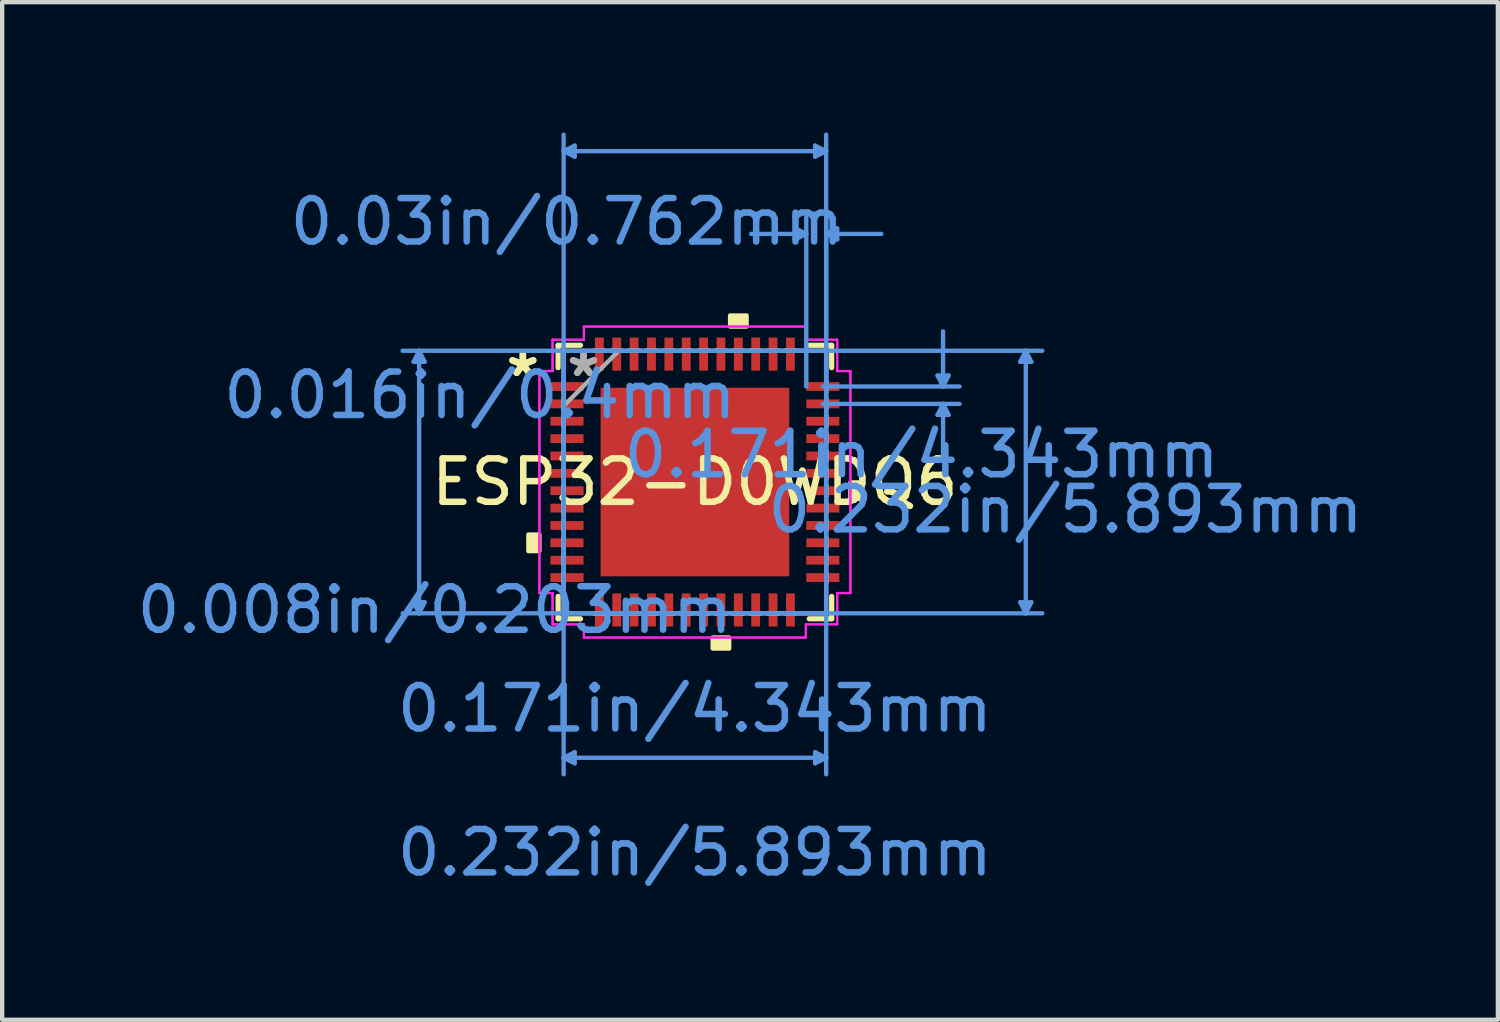
<source format=kicad_pcb>
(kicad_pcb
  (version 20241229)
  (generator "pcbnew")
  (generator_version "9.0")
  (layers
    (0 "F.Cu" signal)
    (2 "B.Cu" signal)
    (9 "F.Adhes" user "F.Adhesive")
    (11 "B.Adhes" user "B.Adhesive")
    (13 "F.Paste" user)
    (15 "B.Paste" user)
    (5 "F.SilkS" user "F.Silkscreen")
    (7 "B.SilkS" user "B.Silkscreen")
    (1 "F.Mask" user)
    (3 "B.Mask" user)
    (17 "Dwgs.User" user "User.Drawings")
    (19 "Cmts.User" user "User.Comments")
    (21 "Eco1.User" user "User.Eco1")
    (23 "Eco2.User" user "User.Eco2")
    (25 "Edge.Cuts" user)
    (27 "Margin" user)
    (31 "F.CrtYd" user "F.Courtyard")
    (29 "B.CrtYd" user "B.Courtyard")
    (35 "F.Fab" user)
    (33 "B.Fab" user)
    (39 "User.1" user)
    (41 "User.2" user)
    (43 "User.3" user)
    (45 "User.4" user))
  (footprint "ESP32-D0WDQ6"
    (layer "F.Cu")
    (at 12.953 8.051)
    (property "Reference" "ESP32-D0WDQ6" (at 0 0 0) (layer "F.SilkS") (effects (font (size 1 1) (thickness 0.15))))
    (attr through_hole)
    (fp_line (start -3.15 -3.15) (end -3.15 -2.634) (stroke (width 0.12) (type solid)) (layer "F.SilkS"))
    (fp_line (start -3.15 2.634) (end -3.15 3.15) (stroke (width 0.12) (type solid)) (layer "F.SilkS"))
    (fp_line (start -3.15 3.15) (end -2.634 3.15) (stroke (width 0.12) (type solid)) (layer "F.SilkS"))
    (fp_line (start -2.634 -3.15) (end -3.15 -3.15) (stroke (width 0.12) (type solid)) (layer "F.SilkS"))
    (fp_line (start 2.634 3.15) (end 3.15 3.15) (stroke (width 0.12) (type solid)) (layer "F.SilkS"))
    (fp_line (start 3.15 -3.15) (end 2.634 -3.15) (stroke (width 0.12) (type solid)) (layer "F.SilkS"))
    (fp_line (start 3.15 -2.634) (end 3.15 -3.15) (stroke (width 0.12) (type solid)) (layer "F.SilkS"))
    (fp_line (start 3.15 3.15) (end 3.15 2.634) (stroke (width 0.12) (type solid)) (layer "F.SilkS"))
    (fp_poly (pts (xy -3.835 1.21) (xy -3.835 1.591) (xy -3.581 1.591) (xy -3.581 1.21)) (stroke (width 0.1) (type solid)) (fill yes) (layer "F.SilkS"))
    (fp_poly (pts (xy 0.409 3.581) (xy 0.409 3.835) (xy 0.79 3.835) (xy 0.79 3.581)) (stroke (width 0.1) (type solid)) (fill yes) (layer "F.SilkS"))
    (fp_poly (pts (xy 0.81 -3.581) (xy 0.81 -3.835) (xy 1.191 -3.835) (xy 1.191 -3.581)) (stroke (width 0.1) (type solid)) (fill yes) (layer "F.SilkS"))
    (fp_poly (pts (xy 3.835 0.009) (xy 3.835 0.391) (xy 3.581 0.391) (xy 3.581 0.009)) (stroke (width 0.1) (type solid)) (fill yes) (layer "F.SilkS"))
    (fp_poly (pts (xy -2.072 -2.072) (xy -2.072 -0.824) (xy -0.824 -0.824) (xy -0.824 -2.072)) (stroke (width 0.1) (type solid)) (fill yes) (layer "F.Paste"))
    (fp_poly (pts (xy -2.072 -0.624) (xy -2.072 0.624) (xy -0.824 0.624) (xy -0.824 -0.624)) (stroke (width 0.1) (type solid)) (fill yes) (layer "F.Paste"))
    (fp_poly (pts (xy -2.072 0.824) (xy -2.072 2.072) (xy -0.824 2.072) (xy -0.824 0.824)) (stroke (width 0.1) (type solid)) (fill yes) (layer "F.Paste"))
    (fp_poly (pts (xy -0.624 -2.072) (xy -0.624 -0.824) (xy 0.624 -0.824) (xy 0.624 -2.072)) (stroke (width 0.1) (type solid)) (fill yes) (layer "F.Paste"))
    (fp_poly (pts (xy -0.624 -0.624) (xy -0.624 0.624) (xy 0.624 0.624) (xy 0.624 -0.624)) (stroke (width 0.1) (type solid)) (fill yes) (layer "F.Paste"))
    (fp_poly (pts (xy -0.624 0.824) (xy -0.624 2.072) (xy 0.624 2.072) (xy 0.624 0.824)) (stroke (width 0.1) (type solid)) (fill yes) (layer "F.Paste"))
    (fp_poly (pts (xy 0.824 -2.072) (xy 0.824 -0.824) (xy 2.072 -0.824) (xy 2.072 -2.072)) (stroke (width 0.1) (type solid)) (fill yes) (layer "F.Paste"))
    (fp_poly (pts (xy 0.824 -0.624) (xy 0.824 0.624) (xy 2.072 0.624) (xy 2.072 -0.624)) (stroke (width 0.1) (type solid)) (fill yes) (layer "F.Paste"))
    (fp_poly (pts (xy 0.824 0.824) (xy 0.824 2.072) (xy 2.072 2.072) (xy 2.072 0.824)) (stroke (width 0.1) (type solid)) (fill yes) (layer "F.Paste"))
    (fp_line (start -6.477 -2.769) (end -6.223 -2.769) (stroke (width 0.1) (type solid)) (layer "Cmts.User"))
    (fp_line (start -6.477 2.769) (end -6.223 2.769) (stroke (width 0.1) (type solid)) (layer "Cmts.User"))
    (fp_line (start -6.35 -3.023) (end -6.477 -2.769) (stroke (width 0.1) (type solid)) (layer "Cmts.User"))
    (fp_line (start -6.35 -3.023) (end -6.35 3.023) (stroke (width 0.1) (type solid)) (layer "Cmts.User"))
    (fp_line (start -6.35 -3.023) (end -6.223 -2.769) (stroke (width 0.1) (type solid)) (layer "Cmts.User"))
    (fp_line (start -6.35 3.023) (end -6.477 2.769) (stroke (width 0.1) (type solid)) (layer "Cmts.User"))
    (fp_line (start -6.35 3.023) (end -6.223 2.769) (stroke (width 0.1) (type solid)) (layer "Cmts.User"))
    (fp_line (start -3.023 -7.62) (end -2.769 -7.747) (stroke (width 0.1) (type solid)) (layer "Cmts.User"))
    (fp_line (start -3.023 -7.62) (end -2.769 -7.493) (stroke (width 0.1) (type solid)) (layer "Cmts.User"))
    (fp_line (start -3.023 -7.62) (end 3.023 -7.62) (stroke (width 0.1) (type solid)) (layer "Cmts.User"))
    (fp_line (start -3.023 -3.023) (end -3.023 6.731) (stroke (width 0.1) (type solid)) (layer "Cmts.User"))
    (fp_line (start -3.023 -2.2) (end -3.023 -8.001) (stroke (width 0.1) (type solid)) (layer "Cmts.User"))
    (fp_line (start -3.023 6.35) (end -2.769 6.223) (stroke (width 0.1) (type solid)) (layer "Cmts.User"))
    (fp_line (start -3.023 6.35) (end -2.769 6.477) (stroke (width 0.1) (type solid)) (layer "Cmts.User"))
    (fp_line (start -3.023 6.35) (end 3.023 6.35) (stroke (width 0.1) (type solid)) (layer "Cmts.User"))
    (fp_line (start -2.769 -7.747) (end -2.769 -7.493) (stroke (width 0.1) (type solid)) (layer "Cmts.User"))
    (fp_line (start -2.769 6.223) (end -2.769 6.477) (stroke (width 0.1) (type solid)) (layer "Cmts.User"))
    (fp_line (start 2.2 -3.023) (end 8.001 -3.023) (stroke (width 0.1) (type solid)) (layer "Cmts.User"))
    (fp_line (start 2.2 3.023) (end 8.001 3.023) (stroke (width 0.1) (type solid)) (layer "Cmts.User"))
    (fp_line (start 2.311 -5.842) (end 2.311 -5.588) (stroke (width 0.1) (type solid)) (layer "Cmts.User"))
    (fp_line (start 2.565 -5.715) (end 1.295 -5.715) (stroke (width 0.1) (type solid)) (layer "Cmts.User"))
    (fp_line (start 2.565 -5.715) (end 2.311 -5.842) (stroke (width 0.1) (type solid)) (layer "Cmts.User"))
    (fp_line (start 2.565 -5.715) (end 2.311 -5.588) (stroke (width 0.1) (type solid)) (layer "Cmts.User"))
    (fp_line (start 2.565 -2.2) (end 2.565 -6.096) (stroke (width 0.1) (type solid)) (layer "Cmts.User"))
    (fp_line (start 2.769 -7.747) (end 2.769 -7.493) (stroke (width 0.1) (type solid)) (layer "Cmts.User"))
    (fp_line (start 2.769 6.223) (end 2.769 6.477) (stroke (width 0.1) (type solid)) (layer "Cmts.User"))
    (fp_line (start 2.946 -2.2) (end 6.096 -2.2) (stroke (width 0.1) (type solid)) (layer "Cmts.User"))
    (fp_line (start 2.946 -1.8) (end 6.096 -1.8) (stroke (width 0.1) (type solid)) (layer "Cmts.User"))
    (fp_line (start 3.023 -7.62) (end 2.769 -7.747) (stroke (width 0.1) (type solid)) (layer "Cmts.User"))
    (fp_line (start 3.023 -7.62) (end 2.769 -7.493) (stroke (width 0.1) (type solid)) (layer "Cmts.User"))
    (fp_line (start 3.023 -5.715) (end 3.277 -5.842) (stroke (width 0.1) (type solid)) (layer "Cmts.User"))
    (fp_line (start 3.023 -5.715) (end 3.277 -5.588) (stroke (width 0.1) (type solid)) (layer "Cmts.User"))
    (fp_line (start 3.023 -5.715) (end 4.293 -5.715) (stroke (width 0.1) (type solid)) (layer "Cmts.User"))
    (fp_line (start 3.023 -3.023) (end -6.731 -3.023) (stroke (width 0.1) (type solid)) (layer "Cmts.User"))
    (fp_line (start 3.023 -3.023) (end 3.023 6.731) (stroke (width 0.1) (type solid)) (layer "Cmts.User"))
    (fp_line (start 3.023 -2.2) (end 3.023 -8.001) (stroke (width 0.1) (type solid)) (layer "Cmts.User"))
    (fp_line (start 3.023 -2.2) (end 3.023 -6.096) (stroke (width 0.1) (type solid)) (layer "Cmts.User"))
    (fp_line (start 3.023 3.023) (end -6.731 3.023) (stroke (width 0.1) (type solid)) (layer "Cmts.User"))
    (fp_line (start 3.023 6.35) (end 2.769 6.223) (stroke (width 0.1) (type solid)) (layer "Cmts.User"))
    (fp_line (start 3.023 6.35) (end 2.769 6.477) (stroke (width 0.1) (type solid)) (layer "Cmts.User"))
    (fp_line (start 3.277 -5.842) (end 3.277 -5.588) (stroke (width 0.1) (type solid)) (layer "Cmts.User"))
    (fp_line (start 5.588 -2.454) (end 5.842 -2.454) (stroke (width 0.1) (type solid)) (layer "Cmts.User"))
    (fp_line (start 5.588 -1.546) (end 5.842 -1.546) (stroke (width 0.1) (type solid)) (layer "Cmts.User"))
    (fp_line (start 5.715 -2.2) (end 5.588 -2.454) (stroke (width 0.1) (type solid)) (layer "Cmts.User"))
    (fp_line (start 5.715 -2.2) (end 5.715 -3.47) (stroke (width 0.1) (type solid)) (layer "Cmts.User"))
    (fp_line (start 5.715 -2.2) (end 5.842 -2.454) (stroke (width 0.1) (type solid)) (layer "Cmts.User"))
    (fp_line (start 5.715 -1.8) (end 5.588 -1.546) (stroke (width 0.1) (type solid)) (layer "Cmts.User"))
    (fp_line (start 5.715 -1.8) (end 5.715 -0.53) (stroke (width 0.1) (type solid)) (layer "Cmts.User"))
    (fp_line (start 5.715 -1.8) (end 5.842 -1.546) (stroke (width 0.1) (type solid)) (layer "Cmts.User"))
    (fp_line (start 7.493 -2.769) (end 7.747 -2.769) (stroke (width 0.1) (type solid)) (layer "Cmts.User"))
    (fp_line (start 7.493 2.769) (end 7.747 2.769) (stroke (width 0.1) (type solid)) (layer "Cmts.User"))
    (fp_line (start 7.62 -3.023) (end 7.493 -2.769) (stroke (width 0.1) (type solid)) (layer "Cmts.User"))
    (fp_line (start 7.62 -3.023) (end 7.62 3.023) (stroke (width 0.1) (type solid)) (layer "Cmts.User"))
    (fp_line (start 7.62 -3.023) (end 7.747 -2.769) (stroke (width 0.1) (type solid)) (layer "Cmts.User"))
    (fp_line (start 7.62 3.023) (end 7.493 2.769) (stroke (width 0.1) (type solid)) (layer "Cmts.User"))
    (fp_line (start 7.62 3.023) (end 7.747 2.769) (stroke (width 0.1) (type solid)) (layer "Cmts.User"))
    (fp_line (start -3.581 -2.556) (end -3.277 -2.556) (stroke (width 0.05) (type solid)) (layer "F.CrtYd"))
    (fp_line (start -3.581 -2.556) (end -3.277 -2.556) (stroke (width 0.05) (type solid)) (layer "F.CrtYd"))
    (fp_line (start -3.581 2.556) (end -3.581 -2.556) (stroke (width 0.05) (type solid)) (layer "F.CrtYd"))
    (fp_line (start -3.581 2.556) (end -3.581 -2.556) (stroke (width 0.05) (type solid)) (layer "F.CrtYd"))
    (fp_line (start -3.277 -3.277) (end -2.556 -3.277) (stroke (width 0.05) (type solid)) (layer "F.CrtYd"))
    (fp_line (start -3.277 -3.277) (end -2.556 -3.277) (stroke (width 0.05) (type solid)) (layer "F.CrtYd"))
    (fp_line (start -3.277 -2.556) (end -3.277 -3.277) (stroke (width 0.05) (type solid)) (layer "F.CrtYd"))
    (fp_line (start -3.277 -2.556) (end -3.277 -3.277) (stroke (width 0.05) (type solid)) (layer "F.CrtYd"))
    (fp_line (start -3.277 2.556) (end -3.581 2.556) (stroke (width 0.05) (type solid)) (layer "F.CrtYd"))
    (fp_line (start -3.277 2.556) (end -3.581 2.556) (stroke (width 0.05) (type solid)) (layer "F.CrtYd"))
    (fp_line (start -3.277 3.277) (end -3.277 2.556) (stroke (width 0.05) (type solid)) (layer "F.CrtYd"))
    (fp_line (start -3.277 3.277) (end -3.277 2.556) (stroke (width 0.05) (type solid)) (layer "F.CrtYd"))
    (fp_line (start -2.556 -3.581) (end 2.556 -3.581) (stroke (width 0.05) (type solid)) (layer "F.CrtYd"))
    (fp_line (start -2.556 -3.581) (end 2.556 -3.581) (stroke (width 0.05) (type solid)) (layer "F.CrtYd"))
    (fp_line (start -2.556 -3.277) (end -2.556 -3.581) (stroke (width 0.05) (type solid)) (layer "F.CrtYd"))
    (fp_line (start -2.556 -3.277) (end -2.556 -3.581) (stroke (width 0.05) (type solid)) (layer "F.CrtYd"))
    (fp_line (start -2.556 3.277) (end -3.277 3.277) (stroke (width 0.05) (type solid)) (layer "F.CrtYd"))
    (fp_line (start -2.556 3.277) (end -3.277 3.277) (stroke (width 0.05) (type solid)) (layer "F.CrtYd"))
    (fp_line (start -2.556 3.581) (end -2.556 3.277) (stroke (width 0.05) (type solid)) (layer "F.CrtYd"))
    (fp_line (start -2.556 3.581) (end -2.556 3.277) (stroke (width 0.05) (type solid)) (layer "F.CrtYd"))
    (fp_line (start 2.556 -3.581) (end 2.556 -3.277) (stroke (width 0.05) (type solid)) (layer "F.CrtYd"))
    (fp_line (start 2.556 -3.581) (end 2.556 -3.277) (stroke (width 0.05) (type solid)) (layer "F.CrtYd"))
    (fp_line (start 2.556 -3.277) (end 3.277 -3.277) (stroke (width 0.05) (type solid)) (layer "F.CrtYd"))
    (fp_line (start 2.556 -3.277) (end 3.277 -3.277) (stroke (width 0.05) (type solid)) (layer "F.CrtYd"))
    (fp_line (start 2.556 3.277) (end 2.556 3.581) (stroke (width 0.05) (type solid)) (layer "F.CrtYd"))
    (fp_line (start 2.556 3.277) (end 2.556 3.581) (stroke (width 0.05) (type solid)) (layer "F.CrtYd"))
    (fp_line (start 2.556 3.581) (end -2.556 3.581) (stroke (width 0.05) (type solid)) (layer "F.CrtYd"))
    (fp_line (start 2.556 3.581) (end -2.556 3.581) (stroke (width 0.05) (type solid)) (layer "F.CrtYd"))
    (fp_line (start 3.277 -3.277) (end 3.277 -2.556) (stroke (width 0.05) (type solid)) (layer "F.CrtYd"))
    (fp_line (start 3.277 -3.277) (end 3.277 -2.556) (stroke (width 0.05) (type solid)) (layer "F.CrtYd"))
    (fp_line (start 3.277 -2.556) (end 3.581 -2.556) (stroke (width 0.05) (type solid)) (layer "F.CrtYd"))
    (fp_line (start 3.277 -2.556) (end 3.581 -2.556) (stroke (width 0.05) (type solid)) (layer "F.CrtYd"))
    (fp_line (start 3.277 2.556) (end 3.277 3.277) (stroke (width 0.05) (type solid)) (layer "F.CrtYd"))
    (fp_line (start 3.277 2.556) (end 3.277 3.277) (stroke (width 0.05) (type solid)) (layer "F.CrtYd"))
    (fp_line (start 3.277 3.277) (end 2.556 3.277) (stroke (width 0.05) (type solid)) (layer "F.CrtYd"))
    (fp_line (start 3.277 3.277) (end 2.556 3.277) (stroke (width 0.05) (type solid)) (layer "F.CrtYd"))
    (fp_line (start 3.581 -2.556) (end 3.581 2.556) (stroke (width 0.05) (type solid)) (layer "F.CrtYd"))
    (fp_line (start 3.581 -2.556) (end 3.581 2.556) (stroke (width 0.05) (type solid)) (layer "F.CrtYd"))
    (fp_line (start 3.581 2.556) (end 3.277 2.556) (stroke (width 0.05) (type solid)) (layer "F.CrtYd"))
    (fp_line (start 3.581 2.556) (end 3.277 2.556) (stroke (width 0.05) (type solid)) (layer "F.CrtYd"))
    (fp_line (start -3.023 -3.023) (end -3.023 -3.023) (stroke (width 0.1) (type solid)) (layer "F.Fab"))
    (fp_line (start -3.023 -3.023) (end -3.023 3.023) (stroke (width 0.1) (type solid)) (layer "F.Fab"))
    (fp_line (start -3.023 -2.327) (end -3.023 -2.327) (stroke (width 0.1) (type solid)) (layer "F.Fab"))
    (fp_line (start -3.023 -2.327) (end -3.023 -2.073) (stroke (width 0.1) (type solid)) (layer "F.Fab"))
    (fp_line (start -3.023 -2.073) (end -3.023 -2.327) (stroke (width 0.1) (type solid)) (layer "F.Fab"))
    (fp_line (start -3.023 -2.073) (end -3.023 -2.073) (stroke (width 0.1) (type solid)) (layer "F.Fab"))
    (fp_line (start -3.023 -1.927) (end -3.023 -1.927) (stroke (width 0.1) (type solid)) (layer "F.Fab"))
    (fp_line (start -3.023 -1.927) (end -3.023 -1.673) (stroke (width 0.1) (type solid)) (layer "F.Fab"))
    (fp_line (start -3.023 -1.753) (end -1.753 -3.023) (stroke (width 0.1) (type solid)) (layer "F.Fab"))
    (fp_line (start -3.023 -1.673) (end -3.023 -1.927) (stroke (width 0.1) (type solid)) (layer "F.Fab"))
    (fp_line (start -3.023 -1.673) (end -3.023 -1.673) (stroke (width 0.1) (type solid)) (layer "F.Fab"))
    (fp_line (start -3.023 -1.527) (end -3.023 -1.527) (stroke (width 0.1) (type solid)) (layer "F.Fab"))
    (fp_line (start -3.023 -1.527) (end -3.023 -1.273) (stroke (width 0.1) (type solid)) (layer "F.Fab"))
    (fp_line (start -3.023 -1.273) (end -3.023 -1.527) (stroke (width 0.1) (type solid)) (layer "F.Fab"))
    (fp_line (start -3.023 -1.273) (end -3.023 -1.273) (stroke (width 0.1) (type solid)) (layer "F.Fab"))
    (fp_line (start -3.023 -1.127) (end -3.023 -1.127) (stroke (width 0.1) (type solid)) (layer "F.Fab"))
    (fp_line (start -3.023 -1.127) (end -3.023 -0.873) (stroke (width 0.1) (type solid)) (layer "F.Fab"))
    (fp_line (start -3.023 -0.873) (end -3.023 -1.127) (stroke (width 0.1) (type solid)) (layer "F.Fab"))
    (fp_line (start -3.023 -0.873) (end -3.023 -0.873) (stroke (width 0.1) (type solid)) (layer "F.Fab"))
    (fp_line (start -3.023 -0.727) (end -3.023 -0.727) (stroke (width 0.1) (type solid)) (layer "F.Fab"))
    (fp_line (start -3.023 -0.727) (end -3.023 -0.473) (stroke (width 0.1) (type solid)) (layer "F.Fab"))
    (fp_line (start -3.023 -0.473) (end -3.023 -0.727) (stroke (width 0.1) (type solid)) (layer "F.Fab"))
    (fp_line (start -3.023 -0.473) (end -3.023 -0.473) (stroke (width 0.1) (type solid)) (layer "F.Fab"))
    (fp_line (start -3.023 -0.327) (end -3.023 -0.327) (stroke (width 0.1) (type solid)) (layer "F.Fab"))
    (fp_line (start -3.023 -0.327) (end -3.023 -0.073) (stroke (width 0.1) (type solid)) (layer "F.Fab"))
    (fp_line (start -3.023 -0.073) (end -3.023 -0.327) (stroke (width 0.1) (type solid)) (layer "F.Fab"))
    (fp_line (start -3.023 -0.073) (end -3.023 -0.073) (stroke (width 0.1) (type solid)) (layer "F.Fab"))
    (fp_line (start -3.023 0.073) (end -3.023 0.073) (stroke (width 0.1) (type solid)) (layer "F.Fab"))
    (fp_line (start -3.023 0.073) (end -3.023 0.327) (stroke (width 0.1) (type solid)) (layer "F.Fab"))
    (fp_line (start -3.023 0.327) (end -3.023 0.073) (stroke (width 0.1) (type solid)) (layer "F.Fab"))
    (fp_line (start -3.023 0.327) (end -3.023 0.327) (stroke (width 0.1) (type solid)) (layer "F.Fab"))
    (fp_line (start -3.023 0.473) (end -3.023 0.473) (stroke (width 0.1) (type solid)) (layer "F.Fab"))
    (fp_line (start -3.023 0.473) (end -3.023 0.727) (stroke (width 0.1) (type solid)) (layer "F.Fab"))
    (fp_line (start -3.023 0.727) (end -3.023 0.473) (stroke (width 0.1) (type solid)) (layer "F.Fab"))
    (fp_line (start -3.023 0.727) (end -3.023 0.727) (stroke (width 0.1) (type solid)) (layer "F.Fab"))
    (fp_line (start -3.023 0.873) (end -3.023 0.873) (stroke (width 0.1) (type solid)) (layer "F.Fab"))
    (fp_line (start -3.023 0.873) (end -3.023 1.127) (stroke (width 0.1) (type solid)) (layer "F.Fab"))
    (fp_line (start -3.023 1.127) (end -3.023 0.873) (stroke (width 0.1) (type solid)) (layer "F.Fab"))
    (fp_line (start -3.023 1.127) (end -3.023 1.127) (stroke (width 0.1) (type solid)) (layer "F.Fab"))
    (fp_line (start -3.023 1.273) (end -3.023 1.273) (stroke (width 0.1) (type solid)) (layer "F.Fab"))
    (fp_line (start -3.023 1.273) (end -3.023 1.527) (stroke (width 0.1) (type solid)) (layer "F.Fab"))
    (fp_line (start -3.023 1.527) (end -3.023 1.273) (stroke (width 0.1) (type solid)) (layer "F.Fab"))
    (fp_line (start -3.023 1.527) (end -3.023 1.527) (stroke (width 0.1) (type solid)) (layer "F.Fab"))
    (fp_line (start -3.023 1.673) (end -3.023 1.673) (stroke (width 0.1) (type solid)) (layer "F.Fab"))
    (fp_line (start -3.023 1.673) (end -3.023 1.927) (stroke (width 0.1) (type solid)) (layer "F.Fab"))
    (fp_line (start -3.023 1.927) (end -3.023 1.673) (stroke (width 0.1) (type solid)) (layer "F.Fab"))
    (fp_line (start -3.023 1.927) (end -3.023 1.927) (stroke (width 0.1) (type solid)) (layer "F.Fab"))
    (fp_line (start -3.023 2.073) (end -3.023 2.073) (stroke (width 0.1) (type solid)) (layer "F.Fab"))
    (fp_line (start -3.023 2.073) (end -3.023 2.327) (stroke (width 0.1) (type solid)) (layer "F.Fab"))
    (fp_line (start -3.023 2.327) (end -3.023 2.073) (stroke (width 0.1) (type solid)) (layer "F.Fab"))
    (fp_line (start -3.023 2.327) (end -3.023 2.327) (stroke (width 0.1) (type solid)) (layer "F.Fab"))
    (fp_line (start -3.023 3.023) (end -3.023 3.023) (stroke (width 0.1) (type solid)) (layer "F.Fab"))
    (fp_line (start -3.023 3.023) (end 3.023 3.023) (stroke (width 0.1) (type solid)) (layer "F.Fab"))
    (fp_line (start -2.327 -3.023) (end -2.327 -3.023) (stroke (width 0.1) (type solid)) (layer "F.Fab"))
    (fp_line (start -2.327 -3.023) (end -2.073 -3.023) (stroke (width 0.1) (type solid)) (layer "F.Fab"))
    (fp_line (start -2.327 3.023) (end -2.327 3.023) (stroke (width 0.1) (type solid)) (layer "F.Fab"))
    (fp_line (start -2.327 3.023) (end -2.073 3.023) (stroke (width 0.1) (type solid)) (layer "F.Fab"))
    (fp_line (start -2.073 -3.023) (end -2.327 -3.023) (stroke (width 0.1) (type solid)) (layer "F.Fab"))
    (fp_line (start -2.073 -3.023) (end -2.073 -3.023) (stroke (width 0.1) (type solid)) (layer "F.Fab"))
    (fp_line (start -2.073 3.023) (end -2.327 3.023) (stroke (width 0.1) (type solid)) (layer "F.Fab"))
    (fp_line (start -2.073 3.023) (end -2.073 3.023) (stroke (width 0.1) (type solid)) (layer "F.Fab"))
    (fp_line (start -1.927 -3.023) (end -1.927 -3.023) (stroke (width 0.1) (type solid)) (layer "F.Fab"))
    (fp_line (start -1.927 -3.023) (end -1.673 -3.023) (stroke (width 0.1) (type solid)) (layer "F.Fab"))
    (fp_line (start -1.927 3.023) (end -1.927 3.023) (stroke (width 0.1) (type solid)) (layer "F.Fab"))
    (fp_line (start -1.927 3.023) (end -1.673 3.023) (stroke (width 0.1) (type solid)) (layer "F.Fab"))
    (fp_line (start -1.673 -3.023) (end -1.927 -3.023) (stroke (width 0.1) (type solid)) (layer "F.Fab"))
    (fp_line (start -1.673 -3.023) (end -1.673 -3.023) (stroke (width 0.1) (type solid)) (layer "F.Fab"))
    (fp_line (start -1.673 3.023) (end -1.927 3.023) (stroke (width 0.1) (type solid)) (layer "F.Fab"))
    (fp_line (start -1.673 3.023) (end -1.673 3.023) (stroke (width 0.1) (type solid)) (layer "F.Fab"))
    (fp_line (start -1.527 -3.023) (end -1.527 -3.023) (stroke (width 0.1) (type solid)) (layer "F.Fab"))
    (fp_line (start -1.527 -3.023) (end -1.273 -3.023) (stroke (width 0.1) (type solid)) (layer "F.Fab"))
    (fp_line (start -1.527 3.023) (end -1.527 3.023) (stroke (width 0.1) (type solid)) (layer "F.Fab"))
    (fp_line (start -1.527 3.023) (end -1.273 3.023) (stroke (width 0.1) (type solid)) (layer "F.Fab"))
    (fp_line (start -1.273 -3.023) (end -1.527 -3.023) (stroke (width 0.1) (type solid)) (layer "F.Fab"))
    (fp_line (start -1.273 -3.023) (end -1.273 -3.023) (stroke (width 0.1) (type solid)) (layer "F.Fab"))
    (fp_line (start -1.273 3.023) (end -1.527 3.023) (stroke (width 0.1) (type solid)) (layer "F.Fab"))
    (fp_line (start -1.273 3.023) (end -1.273 3.023) (stroke (width 0.1) (type solid)) (layer "F.Fab"))
    (fp_line (start -1.127 -3.023) (end -1.127 -3.023) (stroke (width 0.1) (type solid)) (layer "F.Fab"))
    (fp_line (start -1.127 -3.023) (end -0.873 -3.023) (stroke (width 0.1) (type solid)) (layer "F.Fab"))
    (fp_line (start -1.127 3.023) (end -1.127 3.023) (stroke (width 0.1) (type solid)) (layer "F.Fab"))
    (fp_line (start -1.127 3.023) (end -0.873 3.023) (stroke (width 0.1) (type solid)) (layer "F.Fab"))
    (fp_line (start -0.873 -3.023) (end -1.127 -3.023) (stroke (width 0.1) (type solid)) (layer "F.Fab"))
    (fp_line (start -0.873 -3.023) (end -0.873 -3.023) (stroke (width 0.1) (type solid)) (layer "F.Fab"))
    (fp_line (start -0.873 3.023) (end -1.127 3.023) (stroke (width 0.1) (type solid)) (layer "F.Fab"))
    (fp_line (start -0.873 3.023) (end -0.873 3.023) (stroke (width 0.1) (type solid)) (layer "F.Fab"))
    (fp_line (start -0.727 -3.023) (end -0.727 -3.023) (stroke (width 0.1) (type solid)) (layer "F.Fab"))
    (fp_line (start -0.727 -3.023) (end -0.473 -3.023) (stroke (width 0.1) (type solid)) (layer "F.Fab"))
    (fp_line (start -0.727 3.023) (end -0.727 3.023) (stroke (width 0.1) (type solid)) (layer "F.Fab"))
    (fp_line (start -0.727 3.023) (end -0.473 3.023) (stroke (width 0.1) (type solid)) (layer "F.Fab"))
    (fp_line (start -0.473 -3.023) (end -0.727 -3.023) (stroke (width 0.1) (type solid)) (layer "F.Fab"))
    (fp_line (start -0.473 -3.023) (end -0.473 -3.023) (stroke (width 0.1) (type solid)) (layer "F.Fab"))
    (fp_line (start -0.473 3.023) (end -0.727 3.023) (stroke (width 0.1) (type solid)) (layer "F.Fab"))
    (fp_line (start -0.473 3.023) (end -0.473 3.023) (stroke (width 0.1) (type solid)) (layer "F.Fab"))
    (fp_line (start -0.327 -3.023) (end -0.327 -3.023) (stroke (width 0.1) (type solid)) (layer "F.Fab"))
    (fp_line (start -0.327 -3.023) (end -0.073 -3.023) (stroke (width 0.1) (type solid)) (layer "F.Fab"))
    (fp_line (start -0.327 3.023) (end -0.327 3.023) (stroke (width 0.1) (type solid)) (layer "F.Fab"))
    (fp_line (start -0.327 3.023) (end -0.073 3.023) (stroke (width 0.1) (type solid)) (layer "F.Fab"))
    (fp_line (start -0.073 -3.023) (end -0.327 -3.023) (stroke (width 0.1) (type solid)) (layer "F.Fab"))
    (fp_line (start -0.073 -3.023) (end -0.073 -3.023) (stroke (width 0.1) (type solid)) (layer "F.Fab"))
    (fp_line (start -0.073 3.023) (end -0.327 3.023) (stroke (width 0.1) (type solid)) (layer "F.Fab"))
    (fp_line (start -0.073 3.023) (end -0.073 3.023) (stroke (width 0.1) (type solid)) (layer "F.Fab"))
    (fp_line (start 0.073 -3.023) (end 0.073 -3.023) (stroke (width 0.1) (type solid)) (layer "F.Fab"))
    (fp_line (start 0.073 -3.023) (end 0.327 -3.023) (stroke (width 0.1) (type solid)) (layer "F.Fab"))
    (fp_line (start 0.073 3.023) (end 0.073 3.023) (stroke (width 0.1) (type solid)) (layer "F.Fab"))
    (fp_line (start 0.073 3.023) (end 0.327 3.023) (stroke (width 0.1) (type solid)) (layer "F.Fab"))
    (fp_line (start 0.327 -3.023) (end 0.073 -3.023) (stroke (width 0.1) (type solid)) (layer "F.Fab"))
    (fp_line (start 0.327 -3.023) (end 0.327 -3.023) (stroke (width 0.1) (type solid)) (layer "F.Fab"))
    (fp_line (start 0.327 3.023) (end 0.073 3.023) (stroke (width 0.1) (type solid)) (layer "F.Fab"))
    (fp_line (start 0.327 3.023) (end 0.327 3.023) (stroke (width 0.1) (type solid)) (layer "F.Fab"))
    (fp_line (start 0.473 -3.023) (end 0.473 -3.023) (stroke (width 0.1) (type solid)) (layer "F.Fab"))
    (fp_line (start 0.473 -3.023) (end 0.727 -3.023) (stroke (width 0.1) (type solid)) (layer "F.Fab"))
    (fp_line (start 0.473 3.023) (end 0.473 3.023) (stroke (width 0.1) (type solid)) (layer "F.Fab"))
    (fp_line (start 0.473 3.023) (end 0.727 3.023) (stroke (width 0.1) (type solid)) (layer "F.Fab"))
    (fp_line (start 0.727 -3.023) (end 0.473 -3.023) (stroke (width 0.1) (type solid)) (layer "F.Fab"))
    (fp_line (start 0.727 -3.023) (end 0.727 -3.023) (stroke (width 0.1) (type solid)) (layer "F.Fab"))
    (fp_line (start 0.727 3.023) (end 0.473 3.023) (stroke (width 0.1) (type solid)) (layer "F.Fab"))
    (fp_line (start 0.727 3.023) (end 0.727 3.023) (stroke (width 0.1) (type solid)) (layer "F.Fab"))
    (fp_line (start 0.873 -3.023) (end 0.873 -3.023) (stroke (width 0.1) (type solid)) (layer "F.Fab"))
    (fp_line (start 0.873 -3.023) (end 1.127 -3.023) (stroke (width 0.1) (type solid)) (layer "F.Fab"))
    (fp_line (start 0.873 3.023) (end 0.873 3.023) (stroke (width 0.1) (type solid)) (layer "F.Fab"))
    (fp_line (start 0.873 3.023) (end 1.127 3.023) (stroke (width 0.1) (type solid)) (layer "F.Fab"))
    (fp_line (start 1.127 -3.023) (end 0.873 -3.023) (stroke (width 0.1) (type solid)) (layer "F.Fab"))
    (fp_line (start 1.127 -3.023) (end 1.127 -3.023) (stroke (width 0.1) (type solid)) (layer "F.Fab"))
    (fp_line (start 1.127 3.023) (end 0.873 3.023) (stroke (width 0.1) (type solid)) (layer "F.Fab"))
    (fp_line (start 1.127 3.023) (end 1.127 3.023) (stroke (width 0.1) (type solid)) (layer "F.Fab"))
    (fp_line (start 1.273 -3.023) (end 1.273 -3.023) (stroke (width 0.1) (type solid)) (layer "F.Fab"))
    (fp_line (start 1.273 -3.023) (end 1.527 -3.023) (stroke (width 0.1) (type solid)) (layer "F.Fab"))
    (fp_line (start 1.273 3.023) (end 1.273 3.023) (stroke (width 0.1) (type solid)) (layer "F.Fab"))
    (fp_line (start 1.273 3.023) (end 1.527 3.023) (stroke (width 0.1) (type solid)) (layer "F.Fab"))
    (fp_line (start 1.527 -3.023) (end 1.273 -3.023) (stroke (width 0.1) (type solid)) (layer "F.Fab"))
    (fp_line (start 1.527 -3.023) (end 1.527 -3.023) (stroke (width 0.1) (type solid)) (layer "F.Fab"))
    (fp_line (start 1.527 3.023) (end 1.273 3.023) (stroke (width 0.1) (type solid)) (layer "F.Fab"))
    (fp_line (start 1.527 3.023) (end 1.527 3.023) (stroke (width 0.1) (type solid)) (layer "F.Fab"))
    (fp_line (start 1.673 -3.023) (end 1.673 -3.023) (stroke (width 0.1) (type solid)) (layer "F.Fab"))
    (fp_line (start 1.673 -3.023) (end 1.927 -3.023) (stroke (width 0.1) (type solid)) (layer "F.Fab"))
    (fp_line (start 1.673 3.023) (end 1.673 3.023) (stroke (width 0.1) (type solid)) (layer "F.Fab"))
    (fp_line (start 1.673 3.023) (end 1.927 3.023) (stroke (width 0.1) (type solid)) (layer "F.Fab"))
    (fp_line (start 1.927 -3.023) (end 1.673 -3.023) (stroke (width 0.1) (type solid)) (layer "F.Fab"))
    (fp_line (start 1.927 -3.023) (end 1.927 -3.023) (stroke (width 0.1) (type solid)) (layer "F.Fab"))
    (fp_line (start 1.927 3.023) (end 1.673 3.023) (stroke (width 0.1) (type solid)) (layer "F.Fab"))
    (fp_line (start 1.927 3.023) (end 1.927 3.023) (stroke (width 0.1) (type solid)) (layer "F.Fab"))
    (fp_line (start 2.073 -3.023) (end 2.073 -3.023) (stroke (width 0.1) (type solid)) (layer "F.Fab"))
    (fp_line (start 2.073 -3.023) (end 2.327 -3.023) (stroke (width 0.1) (type solid)) (layer "F.Fab"))
    (fp_line (start 2.073 3.023) (end 2.073 3.023) (stroke (width 0.1) (type solid)) (layer "F.Fab"))
    (fp_line (start 2.073 3.023) (end 2.327 3.023) (stroke (width 0.1) (type solid)) (layer "F.Fab"))
    (fp_line (start 2.327 -3.023) (end 2.073 -3.023) (stroke (width 0.1) (type solid)) (layer "F.Fab"))
    (fp_line (start 2.327 -3.023) (end 2.327 -3.023) (stroke (width 0.1) (type solid)) (layer "F.Fab"))
    (fp_line (start 2.327 3.023) (end 2.073 3.023) (stroke (width 0.1) (type solid)) (layer "F.Fab"))
    (fp_line (start 2.327 3.023) (end 2.327 3.023) (stroke (width 0.1) (type solid)) (layer "F.Fab"))
    (fp_line (start 3.023 -3.023) (end -3.023 -3.023) (stroke (width 0.1) (type solid)) (layer "F.Fab"))
    (fp_line (start 3.023 -3.023) (end 3.023 -3.023) (stroke (width 0.1) (type solid)) (layer "F.Fab"))
    (fp_line (start 3.023 -2.327) (end 3.023 -2.327) (stroke (width 0.1) (type solid)) (layer "F.Fab"))
    (fp_line (start 3.023 -2.327) (end 3.023 -2.073) (stroke (width 0.1) (type solid)) (layer "F.Fab"))
    (fp_line (start 3.023 -2.073) (end 3.023 -2.327) (stroke (width 0.1) (type solid)) (layer "F.Fab"))
    (fp_line (start 3.023 -2.073) (end 3.023 -2.073) (stroke (width 0.1) (type solid)) (layer "F.Fab"))
    (fp_line (start 3.023 -1.927) (end 3.023 -1.927) (stroke (width 0.1) (type solid)) (layer "F.Fab"))
    (fp_line (start 3.023 -1.927) (end 3.023 -1.673) (stroke (width 0.1) (type solid)) (layer "F.Fab"))
    (fp_line (start 3.023 -1.673) (end 3.023 -1.927) (stroke (width 0.1) (type solid)) (layer "F.Fab"))
    (fp_line (start 3.023 -1.673) (end 3.023 -1.673) (stroke (width 0.1) (type solid)) (layer "F.Fab"))
    (fp_line (start 3.023 -1.527) (end 3.023 -1.527) (stroke (width 0.1) (type solid)) (layer "F.Fab"))
    (fp_line (start 3.023 -1.527) (end 3.023 -1.273) (stroke (width 0.1) (type solid)) (layer "F.Fab"))
    (fp_line (start 3.023 -1.273) (end 3.023 -1.527) (stroke (width 0.1) (type solid)) (layer "F.Fab"))
    (fp_line (start 3.023 -1.273) (end 3.023 -1.273) (stroke (width 0.1) (type solid)) (layer "F.Fab"))
    (fp_line (start 3.023 -1.127) (end 3.023 -1.127) (stroke (width 0.1) (type solid)) (layer "F.Fab"))
    (fp_line (start 3.023 -1.127) (end 3.023 -0.873) (stroke (width 0.1) (type solid)) (layer "F.Fab"))
    (fp_line (start 3.023 -0.873) (end 3.023 -1.127) (stroke (width 0.1) (type solid)) (layer "F.Fab"))
    (fp_line (start 3.023 -0.873) (end 3.023 -0.873) (stroke (width 0.1) (type solid)) (layer "F.Fab"))
    (fp_line (start 3.023 -0.727) (end 3.023 -0.727) (stroke (width 0.1) (type solid)) (layer "F.Fab"))
    (fp_line (start 3.023 -0.727) (end 3.023 -0.473) (stroke (width 0.1) (type solid)) (layer "F.Fab"))
    (fp_line (start 3.023 -0.473) (end 3.023 -0.727) (stroke (width 0.1) (type solid)) (layer "F.Fab"))
    (fp_line (start 3.023 -0.473) (end 3.023 -0.473) (stroke (width 0.1) (type solid)) (layer "F.Fab"))
    (fp_line (start 3.023 -0.327) (end 3.023 -0.327) (stroke (width 0.1) (type solid)) (layer "F.Fab"))
    (fp_line (start 3.023 -0.327) (end 3.023 -0.073) (stroke (width 0.1) (type solid)) (layer "F.Fab"))
    (fp_line (start 3.023 -0.073) (end 3.023 -0.327) (stroke (width 0.1) (type solid)) (layer "F.Fab"))
    (fp_line (start 3.023 -0.073) (end 3.023 -0.073) (stroke (width 0.1) (type solid)) (layer "F.Fab"))
    (fp_line (start 3.023 0.073) (end 3.023 0.073) (stroke (width 0.1) (type solid)) (layer "F.Fab"))
    (fp_line (start 3.023 0.073) (end 3.023 0.327) (stroke (width 0.1) (type solid)) (layer "F.Fab"))
    (fp_line (start 3.023 0.327) (end 3.023 0.073) (stroke (width 0.1) (type solid)) (layer "F.Fab"))
    (fp_line (start 3.023 0.327) (end 3.023 0.327) (stroke (width 0.1) (type solid)) (layer "F.Fab"))
    (fp_line (start 3.023 0.473) (end 3.023 0.473) (stroke (width 0.1) (type solid)) (layer "F.Fab"))
    (fp_line (start 3.023 0.473) (end 3.023 0.727) (stroke (width 0.1) (type solid)) (layer "F.Fab"))
    (fp_line (start 3.023 0.727) (end 3.023 0.473) (stroke (width 0.1) (type solid)) (layer "F.Fab"))
    (fp_line (start 3.023 0.727) (end 3.023 0.727) (stroke (width 0.1) (type solid)) (layer "F.Fab"))
    (fp_line (start 3.023 0.873) (end 3.023 0.873) (stroke (width 0.1) (type solid)) (layer "F.Fab"))
    (fp_line (start 3.023 0.873) (end 3.023 1.127) (stroke (width 0.1) (type solid)) (layer "F.Fab"))
    (fp_line (start 3.023 1.127) (end 3.023 0.873) (stroke (width 0.1) (type solid)) (layer "F.Fab"))
    (fp_line (start 3.023 1.127) (end 3.023 1.127) (stroke (width 0.1) (type solid)) (layer "F.Fab"))
    (fp_line (start 3.023 1.273) (end 3.023 1.273) (stroke (width 0.1) (type solid)) (layer "F.Fab"))
    (fp_line (start 3.023 1.273) (end 3.023 1.527) (stroke (width 0.1) (type solid)) (layer "F.Fab"))
    (fp_line (start 3.023 1.527) (end 3.023 1.273) (stroke (width 0.1) (type solid)) (layer "F.Fab"))
    (fp_line (start 3.023 1.527) (end 3.023 1.527) (stroke (width 0.1) (type solid)) (layer "F.Fab"))
    (fp_line (start 3.023 1.673) (end 3.023 1.673) (stroke (width 0.1) (type solid)) (layer "F.Fab"))
    (fp_line (start 3.023 1.673) (end 3.023 1.927) (stroke (width 0.1) (type solid)) (layer "F.Fab"))
    (fp_line (start 3.023 1.927) (end 3.023 1.673) (stroke (width 0.1) (type solid)) (layer "F.Fab"))
    (fp_line (start 3.023 1.927) (end 3.023 1.927) (stroke (width 0.1) (type solid)) (layer "F.Fab"))
    (fp_line (start 3.023 2.073) (end 3.023 2.073) (stroke (width 0.1) (type solid)) (layer "F.Fab"))
    (fp_line (start 3.023 2.073) (end 3.023 2.327) (stroke (width 0.1) (type solid)) (layer "F.Fab"))
    (fp_line (start 3.023 2.327) (end 3.023 2.073) (stroke (width 0.1) (type solid)) (layer "F.Fab"))
    (fp_line (start 3.023 2.327) (end 3.023 2.327) (stroke (width 0.1) (type solid)) (layer "F.Fab"))
    (fp_line (start 3.023 3.023) (end 3.023 -3.023) (stroke (width 0.1) (type solid)) (layer "F.Fab"))
    (fp_line (start 3.023 3.023) (end 3.023 3.023) (stroke (width 0.1) (type solid)) (layer "F.Fab"))
    (fp_text user "*" (at -3.962 -2.4 0) (layer "F.SilkS") (effects (font (size 1 1) (thickness 0.15))))
    (fp_text user "*" (at -3.962 -2.4 0) (layer "F.SilkS") (effects (font (size 1 1) (thickness 0.15))))
    (fp_text user "0.008in/0.203mm" (at -5.994 2.946 0) (layer "Cmts.User") (effects (font (size 1 1) (thickness 0.15))))
    (fp_text user "0.171in/4.343mm" (at 0 5.22 0) (layer "Cmts.User") (effects (font (size 1 1) (thickness 0.15))))
    (fp_text user "0.232in/5.893mm" (at 8.534 0.635 0) (layer "Cmts.User") (effects (font (size 1 1) (thickness 0.15))))
    (fp_text user "0.232in/5.893mm" (at 0 8.534 0) (layer "Cmts.User") (effects (font (size 1 1) (thickness 0.15))))
    (fp_text user "0.171in/4.343mm" (at 5.22 -0.635 0) (layer "Cmts.User") (effects (font (size 1 1) (thickness 0.15))))
    (fp_text user "Copyright 2021 Accelerated Designs. All rights reserved." (at 0 0 0) (layer "Cmts.User") (effects (font (size 0.127 0.127) (thickness 0.002))))
    (fp_text user "0.03in/0.762mm" (at -2.946 -5.994 0) (layer "Cmts.User") (effects (font (size 1 1) (thickness 0.15))))
    (fp_text user "0.016in/0.4mm" (at -4.953 -2 0) (layer "Cmts.User") (effects (font (size 1 1) (thickness 0.15))))
    (fp_text user "*" (at -2.565 -2.4 0) (layer "F.Fab") (effects (font (size 1 1) (thickness 0.15))))
    (fp_text user "*" (at -2.565 -2.4 0) (layer "F.Fab") (effects (font (size 1 1) (thickness 0.15))))
    (pad "1" smd rect (at -2.946 -2.2 90) (size 0.203 0.762) (layers "F.Cu" "F.Mask" "F.Paste"))
    (pad "2" smd rect (at -2.946 -1.8 90) (size 0.203 0.762) (layers "F.Cu" "F.Mask" "F.Paste"))
    (pad "3" smd rect (at -2.946 -1.4 90) (size 0.203 0.762) (layers "F.Cu" "F.Mask" "F.Paste"))
    (pad "4" smd rect (at -2.946 -1 90) (size 0.203 0.762) (layers "F.Cu" "F.Mask" "F.Paste"))
    (pad "5" smd rect (at -2.946 -0.6 90) (size 0.203 0.762) (layers "F.Cu" "F.Mask" "F.Paste"))
    (pad "6" smd rect (at -2.946 -0.2 90) (size 0.203 0.762) (layers "F.Cu" "F.Mask" "F.Paste"))
    (pad "7" smd rect (at -2.946 0.2 90) (size 0.203 0.762) (layers "F.Cu" "F.Mask" "F.Paste"))
    (pad "8" smd rect (at -2.946 0.6 90) (size 0.203 0.762) (layers "F.Cu" "F.Mask" "F.Paste"))
    (pad "9" smd rect (at -2.946 1 90) (size 0.203 0.762) (layers "F.Cu" "F.Mask" "F.Paste"))
    (pad "10" smd rect (at -2.946 1.4 90) (size 0.203 0.762) (layers "F.Cu" "F.Mask" "F.Paste"))
    (pad "11" smd rect (at -2.946 1.8 90) (size 0.203 0.762) (layers "F.Cu" "F.Mask" "F.Paste"))
    (pad "12" smd rect (at -2.946 2.2 90) (size 0.203 0.762) (layers "F.Cu" "F.Mask" "F.Paste"))
    (pad "13" smd rect (at -2.2 2.946) (size 0.203 0.762) (layers "F.Cu" "F.Mask" "F.Paste"))
    (pad "14" smd rect (at -1.8 2.946) (size 0.203 0.762) (layers "F.Cu" "F.Mask" "F.Paste"))
    (pad "15" smd rect (at -1.4 2.946) (size 0.203 0.762) (layers "F.Cu" "F.Mask" "F.Paste"))
    (pad "16" smd rect (at -1 2.946) (size 0.203 0.762) (layers "F.Cu" "F.Mask" "F.Paste"))
    (pad "17" smd rect (at -0.6 2.946) (size 0.203 0.762) (layers "F.Cu" "F.Mask" "F.Paste"))
    (pad "18" smd rect (at -0.2 2.946) (size 0.203 0.762) (layers "F.Cu" "F.Mask" "F.Paste"))
    (pad "19" smd rect (at 0.2 2.946) (size 0.203 0.762) (layers "F.Cu" "F.Mask" "F.Paste"))
    (pad "20" smd rect (at 0.6 2.946) (size 0.203 0.762) (layers "F.Cu" "F.Mask" "F.Paste"))
    (pad "21" smd rect (at 1 2.946) (size 0.203 0.762) (layers "F.Cu" "F.Mask" "F.Paste"))
    (pad "22" smd rect (at 1.4 2.946) (size 0.203 0.762) (layers "F.Cu" "F.Mask" "F.Paste"))
    (pad "23" smd rect (at 1.8 2.946) (size 0.203 0.762) (layers "F.Cu" "F.Mask" "F.Paste"))
    (pad "24" smd rect (at 2.2 2.946) (size 0.203 0.762) (layers "F.Cu" "F.Mask" "F.Paste"))
    (pad "25" smd rect (at 2.946 2.2 90) (size 0.203 0.762) (layers "F.Cu" "F.Mask" "F.Paste"))
    (pad "26" smd rect (at 2.946 1.8 90) (size 0.203 0.762) (layers "F.Cu" "F.Mask" "F.Paste"))
    (pad "27" smd rect (at 2.946 1.4 90) (size 0.203 0.762) (layers "F.Cu" "F.Mask" "F.Paste"))
    (pad "28" smd rect (at 2.946 1 90) (size 0.203 0.762) (layers "F.Cu" "F.Mask" "F.Paste"))
    (pad "29" smd rect (at 2.946 0.6 90) (size 0.203 0.762) (layers "F.Cu" "F.Mask" "F.Paste"))
    (pad "30" smd rect (at 2.946 0.2 90) (size 0.203 0.762) (layers "F.Cu" "F.Mask" "F.Paste"))
    (pad "31" smd rect (at 2.946 -0.2 90) (size 0.203 0.762) (layers "F.Cu" "F.Mask" "F.Paste"))
    (pad "32" smd rect (at 2.946 -0.6 90) (size 0.203 0.762) (layers "F.Cu" "F.Mask" "F.Paste"))
    (pad "33" smd rect (at 2.946 -1 90) (size 0.203 0.762) (layers "F.Cu" "F.Mask" "F.Paste"))
    (pad "34" smd rect (at 2.946 -1.4 90) (size 0.203 0.762) (layers "F.Cu" "F.Mask" "F.Paste"))
    (pad "35" smd rect (at 2.946 -1.8 90) (size 0.203 0.762) (layers "F.Cu" "F.Mask" "F.Paste"))
    (pad "36" smd rect (at 2.946 -2.2 90) (size 0.203 0.762) (layers "F.Cu" "F.Mask" "F.Paste"))
    (pad "37" smd rect (at 2.2 -2.946) (size 0.203 0.762) (layers "F.Cu" "F.Mask" "F.Paste"))
    (pad "38" smd rect (at 1.8 -2.946) (size 0.203 0.762) (layers "F.Cu" "F.Mask" "F.Paste"))
    (pad "39" smd rect (at 1.4 -2.946) (size 0.203 0.762) (layers "F.Cu" "F.Mask" "F.Paste"))
    (pad "40" smd rect (at 1 -2.946) (size 0.203 0.762) (layers "F.Cu" "F.Mask" "F.Paste"))
    (pad "41" smd rect (at 0.6 -2.946) (size 0.203 0.762) (layers "F.Cu" "F.Mask" "F.Paste"))
    (pad "42" smd rect (at 0.2 -2.946) (size 0.203 0.762) (layers "F.Cu" "F.Mask" "F.Paste"))
    (pad "43" smd rect (at -0.2 -2.946) (size 0.203 0.762) (layers "F.Cu" "F.Mask" "F.Paste"))
    (pad "44" smd rect (at -0.6 -2.946) (size 0.203 0.762) (layers "F.Cu" "F.Mask" "F.Paste"))
    (pad "45" smd rect (at -1 -2.946) (size 0.203 0.762) (layers "F.Cu" "F.Mask" "F.Paste"))
    (pad "46" smd rect (at -1.4 -2.946) (size 0.203 0.762) (layers "F.Cu" "F.Mask" "F.Paste"))
    (pad "47" smd rect (at -1.8 -2.946) (size 0.203 0.762) (layers "F.Cu" "F.Mask" "F.Paste"))
    (pad "48" smd rect (at -2.2 -2.946) (size 0.203 0.762) (layers "F.Cu" "F.Mask" "F.Paste"))
    (pad "49" smd rect (at 0 0) (size 4.343 4.343) (layers "F.Cu" "F.Mask")))
  (gr_rect
    (start -3 -3)
    (end 31.445 20.434)
    (stroke (width 0.1) (type default))
    (fill no)
    (layer "Edge.Cuts")))
</source>
